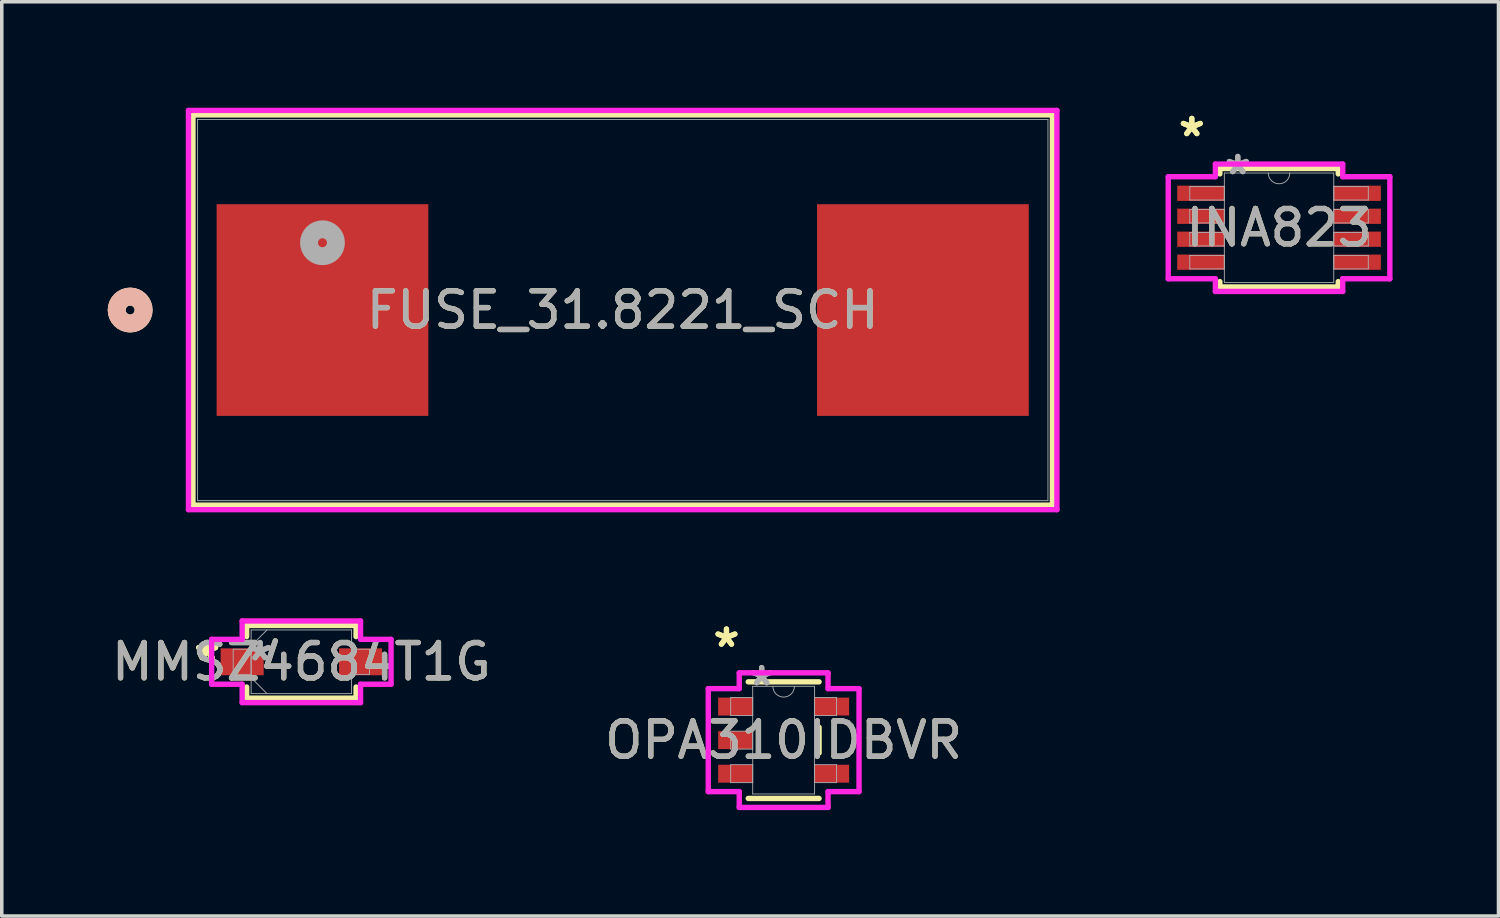
<source format=kicad_pcb>
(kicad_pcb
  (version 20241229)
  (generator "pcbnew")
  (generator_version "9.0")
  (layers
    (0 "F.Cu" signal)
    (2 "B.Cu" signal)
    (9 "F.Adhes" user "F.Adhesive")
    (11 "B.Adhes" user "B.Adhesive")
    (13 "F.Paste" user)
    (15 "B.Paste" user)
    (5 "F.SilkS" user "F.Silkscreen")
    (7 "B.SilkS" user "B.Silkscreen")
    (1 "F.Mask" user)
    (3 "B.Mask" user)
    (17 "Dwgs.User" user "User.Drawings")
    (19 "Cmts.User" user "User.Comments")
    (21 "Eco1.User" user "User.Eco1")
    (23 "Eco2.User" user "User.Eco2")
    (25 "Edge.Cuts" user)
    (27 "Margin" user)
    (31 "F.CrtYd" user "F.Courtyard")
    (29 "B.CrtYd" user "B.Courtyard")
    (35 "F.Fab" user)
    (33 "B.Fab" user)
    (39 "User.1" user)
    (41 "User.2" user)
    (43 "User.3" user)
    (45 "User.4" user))
  (footprint "INA823"
    (layer "F.Cu")
    (at 33.163 3.398)
    (property "Reference" "INA823" (at 0 0 0) (unlocked yes) (layer "F.SilkS") (effects (font (size 1 1) (thickness 0.15))))
    (attr smd)
    (fp_line (start -1.676 -1.676) (end -1.676 -1.524) (stroke (width 0.152) (type solid)) (layer "F.SilkS"))
    (fp_line (start -1.676 1.524) (end -1.676 1.676) (stroke (width 0.152) (type solid)) (layer "F.SilkS"))
    (fp_line (start -1.676 1.676) (end 1.676 1.676) (stroke (width 0.152) (type solid)) (layer "F.SilkS"))
    (fp_line (start 1.676 -1.676) (end -1.676 -1.676) (stroke (width 0.152) (type solid)) (layer "F.SilkS"))
    (fp_line (start 1.676 -1.524) (end 1.676 -1.676) (stroke (width 0.152) (type solid)) (layer "F.SilkS"))
    (fp_line (start 1.676 1.676) (end 1.676 1.524) (stroke (width 0.152) (type solid)) (layer "F.SilkS"))
    (fp_line (start -3.137 -1.445) (end -1.803 -1.445) (stroke (width 0.152) (type solid)) (layer "F.CrtYd"))
    (fp_line (start -3.137 1.445) (end -3.137 -1.445) (stroke (width 0.152) (type solid)) (layer "F.CrtYd"))
    (fp_line (start -3.137 1.445) (end -1.803 1.445) (stroke (width 0.152) (type solid)) (layer "F.CrtYd"))
    (fp_line (start -1.803 -1.803) (end 1.803 -1.803) (stroke (width 0.152) (type solid)) (layer "F.CrtYd"))
    (fp_line (start -1.803 -1.445) (end -1.803 -1.803) (stroke (width 0.152) (type solid)) (layer "F.CrtYd"))
    (fp_line (start -1.803 1.803) (end -1.803 1.445) (stroke (width 0.152) (type solid)) (layer "F.CrtYd"))
    (fp_line (start 1.803 -1.803) (end 1.803 -1.445) (stroke (width 0.152) (type solid)) (layer "F.CrtYd"))
    (fp_line (start 1.803 1.445) (end 1.803 1.803) (stroke (width 0.152) (type solid)) (layer "F.CrtYd"))
    (fp_line (start 1.803 1.803) (end -1.803 1.803) (stroke (width 0.152) (type solid)) (layer "F.CrtYd"))
    (fp_line (start 3.137 -1.445) (end 1.803 -1.445) (stroke (width 0.152) (type solid)) (layer "F.CrtYd"))
    (fp_line (start 3.137 -1.445) (end 3.137 1.445) (stroke (width 0.152) (type solid)) (layer "F.CrtYd"))
    (fp_line (start 3.137 1.445) (end 1.803 1.445) (stroke (width 0.152) (type solid)) (layer "F.CrtYd"))
    (fp_line (start -2.527 -1.165) (end -2.527 -0.784) (stroke (width 0.025) (type solid)) (layer "F.Fab"))
    (fp_line (start -2.527 -0.784) (end -1.549 -0.784) (stroke (width 0.025) (type solid)) (layer "F.Fab"))
    (fp_line (start -2.527 -0.515) (end -2.527 -0.135) (stroke (width 0.025) (type solid)) (layer "F.Fab"))
    (fp_line (start -2.527 -0.135) (end -1.549 -0.135) (stroke (width 0.025) (type solid)) (layer "F.Fab"))
    (fp_line (start -2.527 0.135) (end -2.527 0.515) (stroke (width 0.025) (type solid)) (layer "F.Fab"))
    (fp_line (start -2.527 0.515) (end -1.549 0.515) (stroke (width 0.025) (type solid)) (layer "F.Fab"))
    (fp_line (start -2.527 0.784) (end -2.527 1.165) (stroke (width 0.025) (type solid)) (layer "F.Fab"))
    (fp_line (start -2.527 1.165) (end -1.549 1.165) (stroke (width 0.025) (type solid)) (layer "F.Fab"))
    (fp_line (start -1.549 -1.549) (end -1.549 1.549) (stroke (width 0.025) (type solid)) (layer "F.Fab"))
    (fp_line (start -1.549 -1.165) (end -2.527 -1.165) (stroke (width 0.025) (type solid)) (layer "F.Fab"))
    (fp_line (start -1.549 -0.784) (end -1.549 -1.165) (stroke (width 0.025) (type solid)) (layer "F.Fab"))
    (fp_line (start -1.549 -0.515) (end -2.527 -0.515) (stroke (width 0.025) (type solid)) (layer "F.Fab"))
    (fp_line (start -1.549 -0.135) (end -1.549 -0.515) (stroke (width 0.025) (type solid)) (layer "F.Fab"))
    (fp_line (start -1.549 0.135) (end -2.527 0.135) (stroke (width 0.025) (type solid)) (layer "F.Fab"))
    (fp_line (start -1.549 0.515) (end -1.549 0.135) (stroke (width 0.025) (type solid)) (layer "F.Fab"))
    (fp_line (start -1.549 0.784) (end -2.527 0.784) (stroke (width 0.025) (type solid)) (layer "F.Fab"))
    (fp_line (start -1.549 1.165) (end -1.549 0.784) (stroke (width 0.025) (type solid)) (layer "F.Fab"))
    (fp_line (start -1.549 1.549) (end 1.549 1.549) (stroke (width 0.025) (type solid)) (layer "F.Fab"))
    (fp_line (start 1.549 -1.549) (end -1.549 -1.549) (stroke (width 0.025) (type solid)) (layer "F.Fab"))
    (fp_line (start 1.549 -1.165) (end 1.549 -0.784) (stroke (width 0.025) (type solid)) (layer "F.Fab"))
    (fp_line (start 1.549 -0.784) (end 2.527 -0.784) (stroke (width 0.025) (type solid)) (layer "F.Fab"))
    (fp_line (start 1.549 -0.515) (end 1.549 -0.135) (stroke (width 0.025) (type solid)) (layer "F.Fab"))
    (fp_line (start 1.549 -0.135) (end 2.527 -0.135) (stroke (width 0.025) (type solid)) (layer "F.Fab"))
    (fp_line (start 1.549 0.135) (end 1.549 0.515) (stroke (width 0.025) (type solid)) (layer "F.Fab"))
    (fp_line (start 1.549 0.515) (end 2.527 0.515) (stroke (width 0.025) (type solid)) (layer "F.Fab"))
    (fp_line (start 1.549 0.784) (end 1.549 1.165) (stroke (width 0.025) (type solid)) (layer "F.Fab"))
    (fp_line (start 1.549 1.165) (end 2.527 1.165) (stroke (width 0.025) (type solid)) (layer "F.Fab"))
    (fp_line (start 1.549 1.549) (end 1.549 -1.549) (stroke (width 0.025) (type solid)) (layer "F.Fab"))
    (fp_line (start 2.527 -1.165) (end 1.549 -1.165) (stroke (width 0.025) (type solid)) (layer "F.Fab"))
    (fp_line (start 2.527 -0.784) (end 2.527 -1.165) (stroke (width 0.025) (type solid)) (layer "F.Fab"))
    (fp_line (start 2.527 -0.515) (end 1.549 -0.515) (stroke (width 0.025) (type solid)) (layer "F.Fab"))
    (fp_line (start 2.527 -0.135) (end 2.527 -0.515) (stroke (width 0.025) (type solid)) (layer "F.Fab"))
    (fp_line (start 2.527 0.135) (end 1.549 0.135) (stroke (width 0.025) (type solid)) (layer "F.Fab"))
    (fp_line (start 2.527 0.515) (end 2.527 0.135) (stroke (width 0.025) (type solid)) (layer "F.Fab"))
    (fp_line (start 2.527 0.784) (end 1.549 0.784) (stroke (width 0.025) (type solid)) (layer "F.Fab"))
    (fp_line (start 2.527 1.165) (end 2.527 0.784) (stroke (width 0.025) (type solid)) (layer "F.Fab"))
    (fp_arc (start 0.3048 -1.5494) (mid 0 -1.2446) (end -0.3048 -1.5494) (stroke (width 0.0254) (type solid)) (layer "F.Fab"))
    (fp_text user "*" (at -2.47 -2.55 0) (layer "F.SilkS") (effects (font (size 1 1) (thickness 0.15))))
    (fp_text user "*" (at -2.47 -2.55 0) (unlocked yes) (layer "F.SilkS") (effects (font (size 1 1) (thickness 0.15))))
    (fp_text user "${REFERENCE}" (at 0 0 0) (unlocked yes) (layer "F.Fab") (effects (font (size 1 1) (thickness 0.15))))
    (fp_text user "*" (at -1.168 -1.473 0) (unlocked yes) (layer "F.Fab") (effects (font (size 1 1) (thickness 0.15))))
    (fp_text user "*" (at -1.168 -1.473 0) (layer "F.Fab") (effects (font (size 1 1) (thickness 0.15))))
    (pad "1" smd rect (at -2.216 -0.975) (size 1.333 0.432) (layers "F.Cu" "F.Mask" "F.Paste"))
    (pad "2" smd rect (at -2.216 -0.325) (size 1.333 0.432) (layers "F.Cu" "F.Mask" "F.Paste"))
    (pad "3" smd rect (at -2.216 0.325) (size 1.333 0.432) (layers "F.Cu" "F.Mask" "F.Paste"))
    (pad "4" smd rect (at -2.216 0.975) (size 1.333 0.432) (layers "F.Cu" "F.Mask" "F.Paste"))
    (pad "5" smd rect (at 2.216 0.975) (size 1.333 0.432) (layers "F.Cu" "F.Mask" "F.Paste"))
    (pad "6" smd rect (at 2.216 0.325) (size 1.333 0.432) (layers "F.Cu" "F.Mask" "F.Paste"))
    (pad "7" smd rect (at 2.216 -0.325) (size 1.333 0.432) (layers "F.Cu" "F.Mask" "F.Paste"))
    (pad "8" smd rect (at 2.216 -0.975) (size 1.333 0.432) (layers "F.Cu" "F.Mask" "F.Paste")))
  (footprint "MMSZ4684T1G"
    (layer "F.Cu")
    (at 5.482 15.687)
    (property "Reference" "MMSZ4684T1G" (at 0 0 0) (unlocked yes) (layer "F.SilkS") (effects (font (size 1 1) (thickness 0.15))))
    (attr smd)
    (fp_line (start -1.549 -1.029) (end -1.549 -0.714) (stroke (width 0.152) (type solid)) (layer "F.SilkS"))
    (fp_line (start -1.549 0.714) (end -1.549 1.029) (stroke (width 0.152) (type solid)) (layer "F.SilkS"))
    (fp_line (start -1.549 1.029) (end 1.549 1.029) (stroke (width 0.152) (type solid)) (layer "F.SilkS"))
    (fp_line (start 1.549 -1.029) (end -1.549 -1.029) (stroke (width 0.152) (type solid)) (layer "F.SilkS"))
    (fp_line (start 1.549 -0.714) (end 1.549 -1.029) (stroke (width 0.152) (type solid)) (layer "F.SilkS"))
    (fp_line (start 1.549 1.029) (end 1.549 0.714) (stroke (width 0.152) (type solid)) (layer "F.SilkS"))
    (fp_line (start -2.54 -0.635) (end -1.676 -0.635) (stroke (width 0.152) (type solid)) (layer "F.CrtYd"))
    (fp_line (start -2.54 0.635) (end -2.54 -0.635) (stroke (width 0.152) (type solid)) (layer "F.CrtYd"))
    (fp_line (start -1.676 -1.156) (end 1.676 -1.156) (stroke (width 0.152) (type solid)) (layer "F.CrtYd"))
    (fp_line (start -1.676 -0.635) (end -1.676 -1.156) (stroke (width 0.152) (type solid)) (layer "F.CrtYd"))
    (fp_line (start -1.676 0.635) (end -2.54 0.635) (stroke (width 0.152) (type solid)) (layer "F.CrtYd"))
    (fp_line (start -1.676 1.156) (end -1.676 0.635) (stroke (width 0.152) (type solid)) (layer "F.CrtYd"))
    (fp_line (start 1.676 -1.156) (end 1.676 -0.635) (stroke (width 0.152) (type solid)) (layer "F.CrtYd"))
    (fp_line (start 1.676 -0.635) (end 2.54 -0.635) (stroke (width 0.152) (type solid)) (layer "F.CrtYd"))
    (fp_line (start 1.676 0.635) (end 1.676 1.156) (stroke (width 0.152) (type solid)) (layer "F.CrtYd"))
    (fp_line (start 1.676 1.156) (end -1.676 1.156) (stroke (width 0.152) (type solid)) (layer "F.CrtYd"))
    (fp_line (start 2.54 -0.635) (end 2.54 0.635) (stroke (width 0.152) (type solid)) (layer "F.CrtYd"))
    (fp_line (start 2.54 0.635) (end 1.676 0.635) (stroke (width 0.152) (type solid)) (layer "F.CrtYd"))
    (fp_line (start -1.93 -0.356) (end -1.93 0.356) (stroke (width 0.025) (type solid)) (layer "F.Fab"))
    (fp_line (start -1.93 0.356) (end -1.422 0.356) (stroke (width 0.025) (type solid)) (layer "F.Fab"))
    (fp_line (start -1.422 -0.902) (end -1.422 0.902) (stroke (width 0.025) (type solid)) (layer "F.Fab"))
    (fp_line (start -1.422 -0.451) (end -0.972 -0.902) (stroke (width 0.025) (type solid)) (layer "F.Fab"))
    (fp_line (start -1.422 -0.356) (end -1.93 -0.356) (stroke (width 0.025) (type solid)) (layer "F.Fab"))
    (fp_line (start -1.422 0.356) (end -1.422 -0.356) (stroke (width 0.025) (type solid)) (layer "F.Fab"))
    (fp_line (start -1.422 0.451) (end -0.972 0.902) (stroke (width 0.025) (type solid)) (layer "F.Fab"))
    (fp_line (start -1.422 0.902) (end 1.422 0.902) (stroke (width 0.025) (type solid)) (layer "F.Fab"))
    (fp_line (start 1.422 -0.902) (end -1.422 -0.902) (stroke (width 0.025) (type solid)) (layer "F.Fab"))
    (fp_line (start 1.422 -0.356) (end 1.422 0.356) (stroke (width 0.025) (type solid)) (layer "F.Fab"))
    (fp_line (start 1.422 0.356) (end 1.93 0.356) (stroke (width 0.025) (type solid)) (layer "F.Fab"))
    (fp_line (start 1.422 0.902) (end 1.422 -0.902) (stroke (width 0.025) (type solid)) (layer "F.Fab"))
    (fp_line (start 1.93 -0.356) (end 1.422 -0.356) (stroke (width 0.025) (type solid)) (layer "F.Fab"))
    (fp_line (start 1.93 0.356) (end 1.93 -0.356) (stroke (width 0.025) (type solid)) (layer "F.Fab"))
    (fp_text user "*" (at -2.667 0 0) (layer "F.SilkS") (effects (font (size 1 1) (thickness 0.15))))
    (fp_text user "*" (at -2.667 0 0) (unlocked yes) (layer "F.SilkS") (effects (font (size 1 1) (thickness 0.15))))
    (fp_text user "${REFERENCE}" (at 0 0 0) (unlocked yes) (layer "F.Fab") (effects (font (size 1 1) (thickness 0.15))))
    (fp_text user "*" (at -1.168 0 0) (unlocked yes) (layer "F.Fab") (effects (font (size 1 1) (thickness 0.15))))
    (fp_text user "*" (at -1.168 0 0) (layer "F.Fab") (effects (font (size 1 1) (thickness 0.15))))
    (pad "1" smd rect (at -1.676 0) (size 1.219 0.762) (layers "F.Cu" "F.Mask" "F.Paste"))
    (pad "2" smd rect (at 1.676 0) (size 1.219 0.762) (layers "F.Cu" "F.Mask" "F.Paste")))
  (footprint "OPA310IDBVR"
    (layer "F.Cu")
    (at 19.137 17.905)
    (property "Reference" "OPA310IDBVR" (at 0 0 0) (unlocked yes) (layer "F.SilkS") (effects (font (size 1 1) (thickness 0.15))))
    (attr smd)
    (fp_line (start -1.003 1.651) (end 1.003 1.651) (stroke (width 0.152) (type solid)) (layer "F.SilkS"))
    (fp_line (start 1.003 -1.651) (end -1.003 -1.651) (stroke (width 0.152) (type solid)) (layer "F.SilkS"))
    (fp_line (start 1.003 0.363) (end 1.003 -0.363) (stroke (width 0.152) (type solid)) (layer "F.SilkS"))
    (fp_line (start -2.134 -1.458) (end -1.257 -1.458) (stroke (width 0.152) (type solid)) (layer "F.CrtYd"))
    (fp_line (start -2.134 1.458) (end -2.134 -1.458) (stroke (width 0.152) (type solid)) (layer "F.CrtYd"))
    (fp_line (start -1.257 -1.905) (end 1.257 -1.905) (stroke (width 0.152) (type solid)) (layer "F.CrtYd"))
    (fp_line (start -1.257 -1.458) (end -1.257 -1.905) (stroke (width 0.152) (type solid)) (layer "F.CrtYd"))
    (fp_line (start -1.257 1.458) (end -2.134 1.458) (stroke (width 0.152) (type solid)) (layer "F.CrtYd"))
    (fp_line (start -1.257 1.905) (end -1.257 1.458) (stroke (width 0.152) (type solid)) (layer "F.CrtYd"))
    (fp_line (start 1.257 -1.905) (end 1.257 -1.458) (stroke (width 0.152) (type solid)) (layer "F.CrtYd"))
    (fp_line (start 1.257 -1.458) (end 2.134 -1.458) (stroke (width 0.152) (type solid)) (layer "F.CrtYd"))
    (fp_line (start 1.257 1.458) (end 1.257 1.905) (stroke (width 0.152) (type solid)) (layer "F.CrtYd"))
    (fp_line (start 1.257 1.905) (end -1.257 1.905) (stroke (width 0.152) (type solid)) (layer "F.CrtYd"))
    (fp_line (start 2.134 -1.458) (end 2.134 1.458) (stroke (width 0.152) (type solid)) (layer "F.CrtYd"))
    (fp_line (start 2.134 1.458) (end 1.257 1.458) (stroke (width 0.152) (type solid)) (layer "F.CrtYd"))
    (fp_line (start -1.499 -1.204) (end -1.499 -0.696) (stroke (width 0.025) (type solid)) (layer "F.Fab"))
    (fp_line (start -1.499 -0.696) (end -0.876 -0.696) (stroke (width 0.025) (type solid)) (layer "F.Fab"))
    (fp_line (start -1.499 -0.254) (end -1.499 0.254) (stroke (width 0.025) (type solid)) (layer "F.Fab"))
    (fp_line (start -1.499 0.254) (end -0.876 0.254) (stroke (width 0.025) (type solid)) (layer "F.Fab"))
    (fp_line (start -1.499 0.696) (end -1.499 1.204) (stroke (width 0.025) (type solid)) (layer "F.Fab"))
    (fp_line (start -1.499 1.204) (end -0.876 1.204) (stroke (width 0.025) (type solid)) (layer "F.Fab"))
    (fp_line (start -0.876 -1.524) (end -0.876 1.524) (stroke (width 0.025) (type solid)) (layer "F.Fab"))
    (fp_line (start -0.876 -1.204) (end -1.499 -1.204) (stroke (width 0.025) (type solid)) (layer "F.Fab"))
    (fp_line (start -0.876 -0.696) (end -0.876 -1.204) (stroke (width 0.025) (type solid)) (layer "F.Fab"))
    (fp_line (start -0.876 -0.254) (end -1.499 -0.254) (stroke (width 0.025) (type solid)) (layer "F.Fab"))
    (fp_line (start -0.876 0.254) (end -0.876 -0.254) (stroke (width 0.025) (type solid)) (layer "F.Fab"))
    (fp_line (start -0.876 0.696) (end -1.499 0.696) (stroke (width 0.025) (type solid)) (layer "F.Fab"))
    (fp_line (start -0.876 1.204) (end -0.876 0.696) (stroke (width 0.025) (type solid)) (layer "F.Fab"))
    (fp_line (start -0.876 1.524) (end 0.876 1.524) (stroke (width 0.025) (type solid)) (layer "F.Fab"))
    (fp_line (start 0.876 -1.524) (end -0.876 -1.524) (stroke (width 0.025) (type solid)) (layer "F.Fab"))
    (fp_line (start 0.876 -1.204) (end 0.876 -0.696) (stroke (width 0.025) (type solid)) (layer "F.Fab"))
    (fp_line (start 0.876 -0.696) (end 1.499 -0.696) (stroke (width 0.025) (type solid)) (layer "F.Fab"))
    (fp_line (start 0.876 0.696) (end 0.876 1.204) (stroke (width 0.025) (type solid)) (layer "F.Fab"))
    (fp_line (start 0.876 1.204) (end 1.499 1.204) (stroke (width 0.025) (type solid)) (layer "F.Fab"))
    (fp_line (start 0.876 1.524) (end 0.876 -1.524) (stroke (width 0.025) (type solid)) (layer "F.Fab"))
    (fp_line (start 1.499 -1.204) (end 0.876 -1.204) (stroke (width 0.025) (type solid)) (layer "F.Fab"))
    (fp_line (start 1.499 -0.696) (end 1.499 -1.204) (stroke (width 0.025) (type solid)) (layer "F.Fab"))
    (fp_line (start 1.499 0.696) (end 0.876 0.696) (stroke (width 0.025) (type solid)) (layer "F.Fab"))
    (fp_line (start 1.499 1.204) (end 1.499 0.696) (stroke (width 0.025) (type solid)) (layer "F.Fab"))
    (fp_arc (start 0.3048 -1.524) (mid 0 -1.2192) (end -0.3048 -1.524) (stroke (width 0.0254) (type solid)) (layer "F.Fab"))
    (fp_text user "*" (at -1.619 -2.601 0) (unlocked yes) (layer "F.SilkS") (effects (font (size 1 1) (thickness 0.15))))
    (fp_text user "*" (at -1.619 -2.601 0) (layer "F.SilkS") (effects (font (size 1 1) (thickness 0.15))))
    (fp_text user "*" (at -0.622 -1.509 0) (unlocked yes) (layer "F.Fab") (effects (font (size 1 1) (thickness 0.15))))
    (fp_text user "*" (at -0.622 -1.509 0) (layer "F.Fab") (effects (font (size 1 1) (thickness 0.15))))
    (fp_text user "${REFERENCE}" (at 0 0 0) (unlocked yes) (layer "F.Fab") (effects (font (size 1 1) (thickness 0.15))))
    (pad "1" smd rect (at -1.365 -0.95) (size 0.978 0.508) (layers "F.Cu" "F.Mask" "F.Paste"))
    (pad "2" smd rect (at -1.365 0) (size 0.978 0.508) (layers "F.Cu" "F.Mask" "F.Paste"))
    (pad "3" smd rect (at -1.365 0.95) (size 0.978 0.508) (layers "F.Cu" "F.Mask" "F.Paste"))
    (pad "4" smd rect (at 1.365 0.95) (size 0.978 0.508) (layers "F.Cu" "F.Mask" "F.Paste"))
    (pad "5" smd rect (at 1.365 -0.95) (size 0.978 0.508) (layers "F.Cu" "F.Mask" "F.Paste")))
  (footprint "FUSE_31.8221_SCH"
    (layer "F.Cu")
    (at 14.58 5.728)
    (property "Reference" "FUSE_31.8221_SCH" (at 0 0 0) (unlocked yes) (layer "F.SilkS") (effects (font (size 1 1) (thickness 0.15))))
    (attr smd)
    (fp_line (start -12.167 -5.524) (end -12.167 5.524) (stroke (width 0.152) (type solid)) (layer "F.SilkS"))
    (fp_line (start -12.167 5.524) (end 12.167 5.524) (stroke (width 0.152) (type solid)) (layer "F.SilkS"))
    (fp_line (start 12.167 -5.524) (end -12.167 -5.524) (stroke (width 0.152) (type solid)) (layer "F.SilkS"))
    (fp_line (start 12.167 5.524) (end 12.167 -5.524) (stroke (width 0.152) (type solid)) (layer "F.SilkS"))
    (fp_circle (center -13.945 0) (end -13.564 0) (stroke (width 0.508) (type solid)) (fill no) (layer "F.SilkS"))
    (fp_circle (center -13.945 0) (end -13.564 0) (stroke (width 0.508) (type solid)) (fill no) (layer "B.SilkS"))
    (fp_line (start -12.294 -5.652) (end -12.294 5.652) (stroke (width 0.152) (type solid)) (layer "F.CrtYd"))
    (fp_line (start -12.294 5.652) (end 12.294 5.652) (stroke (width 0.152) (type solid)) (layer "F.CrtYd"))
    (fp_line (start 12.294 -5.652) (end -12.294 -5.652) (stroke (width 0.152) (type solid)) (layer "F.CrtYd"))
    (fp_line (start 12.294 5.652) (end 12.294 -5.652) (stroke (width 0.152) (type solid)) (layer "F.CrtYd"))
    (fp_line (start -12.04 -5.397) (end -12.04 5.397) (stroke (width 0.025) (type solid)) (layer "F.Fab"))
    (fp_line (start -12.04 5.397) (end 12.04 5.397) (stroke (width 0.025) (type solid)) (layer "F.Fab"))
    (fp_line (start 12.04 -5.397) (end -12.04 -5.397) (stroke (width 0.025) (type solid)) (layer "F.Fab"))
    (fp_line (start 12.04 5.397) (end 12.04 -5.397) (stroke (width 0.025) (type solid)) (layer "F.Fab"))
    (fp_circle (center -8.5 -1.905) (end -8.119 -1.905) (stroke (width 0.508) (type solid)) (fill no) (layer "F.Fab"))
    (fp_text user "${REFERENCE}" (at 0 0 0) (unlocked yes) (layer "F.Fab") (effects (font (size 1 1) (thickness 0.15))))
    (pad "1" smd rect (at -8.5 0) (size 5.994 5.994) (layers "F.Cu" "F.Mask" "F.Paste"))
    (pad "2" smd rect (at 8.5 0) (size 5.994 5.994) (layers "F.Cu" "F.Mask" "F.Paste")))
  (gr_rect
    (start -3 -3)
    (end 39.376 22.886)
    (stroke (width 0.1) (type default))
    (fill no)
    (layer "Edge.Cuts")))
</source>
